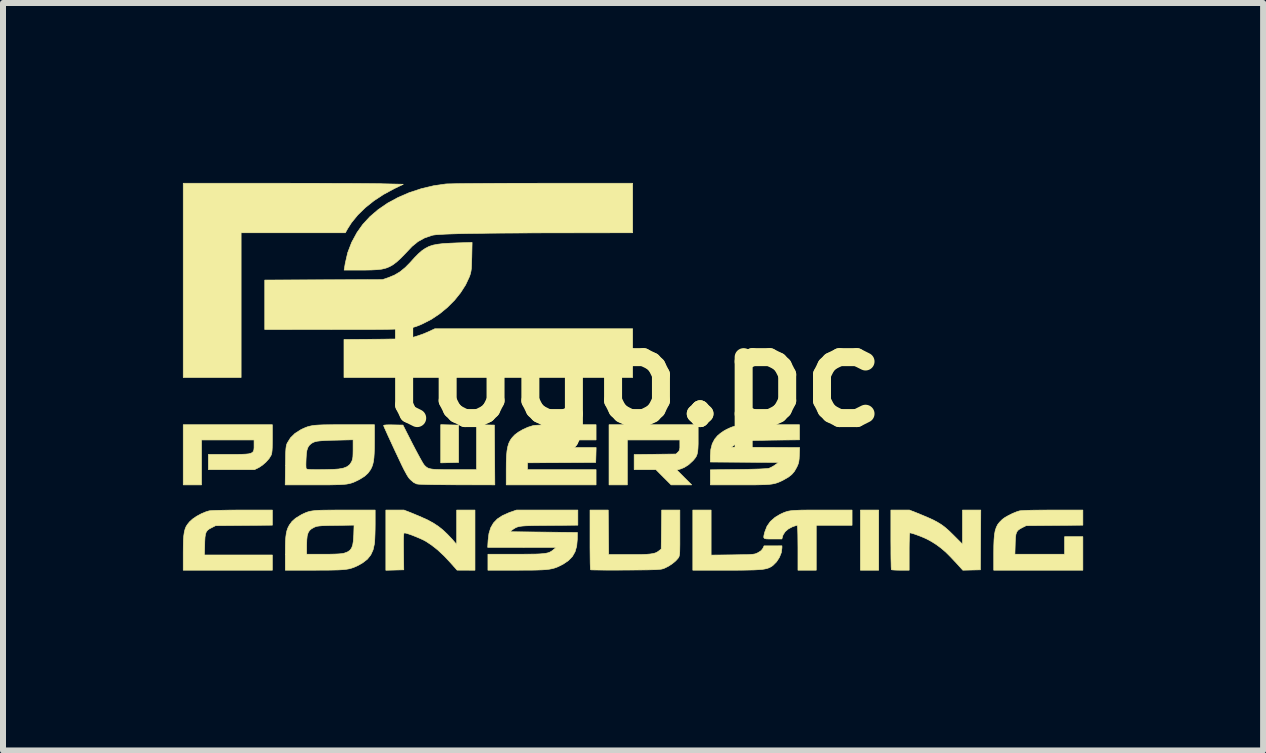
<source format=kicad_pcb>
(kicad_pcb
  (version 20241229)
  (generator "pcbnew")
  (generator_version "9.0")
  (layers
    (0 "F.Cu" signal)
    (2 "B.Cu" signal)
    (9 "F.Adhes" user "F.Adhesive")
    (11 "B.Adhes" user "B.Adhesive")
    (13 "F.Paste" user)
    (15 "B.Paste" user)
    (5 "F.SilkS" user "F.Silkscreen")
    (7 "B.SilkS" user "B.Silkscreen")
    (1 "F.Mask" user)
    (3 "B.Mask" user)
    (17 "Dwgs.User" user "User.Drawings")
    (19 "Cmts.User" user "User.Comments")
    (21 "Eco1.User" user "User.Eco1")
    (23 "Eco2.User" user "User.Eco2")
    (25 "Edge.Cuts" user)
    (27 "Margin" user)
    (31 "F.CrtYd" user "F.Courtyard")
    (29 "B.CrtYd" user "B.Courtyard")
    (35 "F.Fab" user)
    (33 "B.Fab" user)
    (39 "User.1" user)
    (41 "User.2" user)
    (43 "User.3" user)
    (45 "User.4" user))
  (footprint "logo.pc"
    (layer "F.Cu")
    (at 7.498 3.231)
    (property "Reference" "logo.pc" (at 0 0 0) (layer "F.SilkS") (effects (font (size 1.524 1.524) (thickness 0.3))))
    (attr through_hole)
    (fp_poly (pts (xy 4.102 3.226) (xy 3.797 3.226) (xy 3.797 2.223) (xy 4.102 2.223) (xy 4.102 3.226)) (stroke (width 0.01) (type solid)) (fill yes) (layer "F.SilkS"))
    (fp_poly (pts (xy -3.051 0.803) (xy -2.902 0.806) (xy -2.902 1.429) (xy -3.2 1.436) (xy -3.2 0.799) (xy -3.051 0.803)) (stroke (width 0.01) (type solid)) (fill yes) (layer "F.SilkS"))
    (fp_poly (pts (xy 0 0.013) (xy -4.813 0.013) (xy -4.813 -0.621) (xy -4.289 -0.625) (xy -4.16 -0.626) (xy -4.054 -0.628) (xy -3.967 -0.629) (xy -3.897 -0.63) (xy -3.841 -0.632) (xy -3.796 -0.635) (xy -3.76 -0.639) (xy -3.729 -0.643) (xy -3.701 -0.648) (xy -3.673 -0.655) (xy -3.642 -0.663) (xy -3.572 -0.685) (xy -3.495 -0.712) (xy -3.425 -0.741) (xy -3.409 -0.748) (xy -3.298 -0.8) (xy 0 -0.8) (xy 0 0.013)) (stroke (width 0.01) (type solid)) (fill yes) (layer "F.SilkS"))
    (fp_poly (pts (xy -6.01 -3.226) (xy -5.81 -3.226) (xy -5.612 -3.225) (xy -5.417 -3.225) (xy -5.229 -3.225) (xy -5.048 -3.224) (xy -4.878 -3.223) (xy -4.72 -3.223) (xy -4.576 -3.222) (xy -4.449 -3.221) (xy -4.34 -3.22) (xy -4.252 -3.219) (xy -4.187 -3.218) (xy -4.176 -3.217) (xy -3.824 -3.209) (xy -3.979 -3.134) (xy -4.153 -3.04) (xy -4.314 -2.934) (xy -4.458 -2.819) (xy -4.584 -2.696) (xy -4.689 -2.567) (xy -4.752 -2.468) (xy -4.79 -2.4) (xy -6.528 -2.4) (xy -6.528 0.013) (xy -7.493 0.013) (xy -7.493 -3.226) (xy -6.01 -3.226)) (stroke (width 0.01) (type solid)) (fill yes) (layer "F.SilkS"))
    (fp_poly (pts (xy 1.092 1.027) (xy 1.092 1.12) (xy 1.089 1.192) (xy 1.084 1.247) (xy 1.075 1.29) (xy 1.062 1.325) (xy 1.042 1.356) (xy 1.016 1.388) (xy 1.007 1.398) (xy 0.935 1.465) (xy 0.858 1.514) (xy 0.795 1.539) (xy 0.736 1.555) (xy 0.86 1.679) (xy 0.984 1.803) (xy 0.641 1.803) (xy 0.514 1.676) (xy 0.388 1.549) (xy 0.025 1.549) (xy 0.025 1.297) (xy 0.722 1.289) (xy 0.755 1.258) (xy 0.772 1.239) (xy 0.782 1.216) (xy 0.787 1.184) (xy 0.787 1.141) (xy 0.787 1.054) (xy -0.089 1.054) (xy -0.089 1.803) (xy -0.394 1.803) (xy -0.394 0.8) (xy 1.092 0.8) (xy 1.092 1.027)) (stroke (width 0.01) (type solid)) (fill yes) (layer "F.SilkS"))
    (fp_poly (pts (xy -6.007 1.032) (xy -6.008 1.118) (xy -6.009 1.182) (xy -6.012 1.23) (xy -6.016 1.265) (xy -6.022 1.292) (xy -6.03 1.314) (xy -6.031 1.314) (xy -6.063 1.366) (xy -6.112 1.421) (xy -6.17 1.472) (xy -6.229 1.512) (xy -6.24 1.517) (xy -6.304 1.549) (xy -7.074 1.549) (xy -7.074 1.295) (xy -6.737 1.295) (xy -6.622 1.295) (xy -6.53 1.294) (xy -6.458 1.291) (xy -6.404 1.286) (xy -6.365 1.276) (xy -6.339 1.262) (xy -6.323 1.243) (xy -6.315 1.216) (xy -6.312 1.183) (xy -6.312 1.14) (xy -6.312 1.054) (xy -7.188 1.054) (xy -7.188 1.803) (xy -7.493 1.803) (xy -7.493 0.8) (xy -6.007 0.8) (xy -6.007 1.032)) (stroke (width 0.01) (type solid)) (fill yes) (layer "F.SilkS"))
    (fp_poly (pts (xy -6.007 2.475) (xy -6.48 2.479) (xy -6.953 2.483) (xy -7.016 2.515) (xy -7.058 2.537) (xy -7.088 2.56) (xy -7.109 2.588) (xy -7.122 2.625) (xy -7.13 2.676) (xy -7.134 2.745) (xy -7.135 2.795) (xy -7.14 2.972) (xy -6.007 2.972) (xy -6.007 3.226) (xy -7.493 3.226) (xy -7.493 2.935) (xy -7.492 2.819) (xy -7.49 2.725) (xy -7.484 2.65) (xy -7.475 2.589) (xy -7.462 2.539) (xy -7.445 2.497) (xy -7.421 2.46) (xy -7.391 2.423) (xy -7.385 2.416) (xy -7.335 2.371) (xy -7.269 2.326) (xy -7.193 2.285) (xy -7.117 2.253) (xy -7.061 2.236) (xy -7.034 2.233) (xy -6.985 2.23) (xy -6.915 2.228) (xy -6.827 2.226) (xy -6.725 2.224) (xy -6.61 2.223) (xy -6.506 2.223) (xy -6.007 2.223) (xy -6.007 2.475)) (stroke (width 0.01) (type solid)) (fill yes) (layer "F.SilkS"))
    (fp_poly (pts (xy 1.308 2.974) (xy 1.667 2.97) (xy 1.772 2.968) (xy 1.855 2.967) (xy 1.919 2.966) (xy 1.967 2.963) (xy 2.003 2.96) (xy 2.03 2.956) (xy 2.051 2.951) (xy 2.069 2.943) (xy 2.088 2.934) (xy 2.089 2.934) (xy 2.143 2.899) (xy 2.172 2.861) (xy 2.191 2.82) (xy 2.34 2.82) (xy 2.489 2.819) (xy 2.489 2.855) (xy 2.478 2.934) (xy 2.446 3.013) (xy 2.399 3.086) (xy 2.34 3.145) (xy 2.317 3.162) (xy 2.292 3.176) (xy 2.266 3.188) (xy 2.236 3.198) (xy 2.199 3.206) (xy 2.154 3.213) (xy 2.098 3.217) (xy 2.029 3.221) (xy 1.943 3.223) (xy 1.84 3.225) (xy 1.716 3.226) (xy 1.57 3.226) (xy 1.552 3.226) (xy 1.003 3.226) (xy 1.003 2.223) (xy 1.308 2.223) (xy 1.308 2.974)) (stroke (width 0.01) (type solid)) (fill yes) (layer "F.SilkS"))
    (fp_poly (pts (xy -3.643 2.29) (xy -3.516 2.344) (xy -3.409 2.393) (xy -3.317 2.444) (xy -3.237 2.497) (xy -3.162 2.557) (xy -3.089 2.626) (xy -3.012 2.707) (xy -2.993 2.729) (xy -2.934 2.797) (xy -2.934 2.223) (xy -2.629 2.223) (xy -2.629 3.226) (xy -2.927 3.225) (xy -3.039 3.099) (xy -3.144 2.987) (xy -3.251 2.887) (xy -3.357 2.804) (xy -3.448 2.744) (xy -3.493 2.72) (xy -3.55 2.694) (xy -3.612 2.668) (xy -3.674 2.643) (xy -3.731 2.623) (xy -3.776 2.609) (xy -3.804 2.604) (xy -3.804 2.603) (xy -3.81 2.607) (xy -3.815 2.617) (xy -3.818 2.639) (xy -3.82 2.674) (xy -3.821 2.726) (xy -3.821 2.797) (xy -3.82 2.889) (xy -3.82 2.911) (xy -3.816 3.219) (xy -4.115 3.227) (xy -4.115 2.223) (xy -3.812 2.223) (xy -3.643 2.29)) (stroke (width 0.01) (type solid)) (fill yes) (layer "F.SilkS"))
    (fp_poly (pts (xy 7.506 2.475) (xy 7.033 2.479) (xy 6.56 2.483) (xy 6.497 2.515) (xy 6.455 2.538) (xy 6.424 2.561) (xy 6.403 2.59) (xy 6.39 2.628) (xy 6.383 2.68) (xy 6.379 2.751) (xy 6.378 2.789) (xy 6.373 2.959) (xy 7.201 2.959) (xy 7.201 2.667) (xy 7.506 2.667) (xy 7.506 3.226) (xy 6.02 3.226) (xy 6.02 2.943) (xy 6.021 2.819) (xy 6.025 2.718) (xy 6.032 2.635) (xy 6.044 2.568) (xy 6.062 2.513) (xy 6.085 2.466) (xy 6.116 2.426) (xy 6.155 2.387) (xy 6.164 2.378) (xy 6.208 2.346) (xy 6.268 2.312) (xy 6.335 2.279) (xy 6.401 2.252) (xy 6.452 2.236) (xy 6.479 2.233) (xy 6.529 2.23) (xy 6.601 2.227) (xy 6.69 2.225) (xy 6.795 2.224) (xy 6.913 2.223) (xy 7.007 2.223) (xy 7.506 2.223) (xy 7.506 2.475)) (stroke (width 0.01) (type solid)) (fill yes) (layer "F.SilkS"))
    (fp_poly (pts (xy 3.658 2.477) (xy 3.061 2.477) (xy 3.061 3.226) (xy 2.756 3.226) (xy 2.756 2.851) (xy 2.755 2.735) (xy 2.754 2.638) (xy 2.752 2.564) (xy 2.749 2.511) (xy 2.746 2.482) (xy 2.743 2.477) (xy 2.725 2.481) (xy 2.692 2.492) (xy 2.665 2.501) (xy 2.597 2.537) (xy 2.543 2.583) (xy 2.508 2.637) (xy 2.501 2.657) (xy 2.488 2.705) (xy 2.336 2.705) (xy 2.269 2.705) (xy 2.224 2.703) (xy 2.197 2.696) (xy 2.186 2.681) (xy 2.187 2.655) (xy 2.196 2.615) (xy 2.204 2.586) (xy 2.24 2.493) (xy 2.296 2.413) (xy 2.375 2.344) (xy 2.457 2.295) (xy 2.493 2.278) (xy 2.526 2.263) (xy 2.558 2.252) (xy 2.593 2.242) (xy 2.633 2.235) (xy 2.681 2.23) (xy 2.741 2.227) (xy 2.814 2.224) (xy 2.904 2.223) (xy 3.014 2.223) (xy 3.146 2.223) (xy 3.658 2.223) (xy 3.658 2.477)) (stroke (width 0.01) (type solid)) (fill yes) (layer "F.SilkS"))
    (fp_poly (pts (xy 5.798 3.219) (xy 5.505 3.226) (xy 5.399 3.109) (xy 5.304 3.008) (xy 5.22 2.924) (xy 5.14 2.856) (xy 5.062 2.798) (xy 4.981 2.747) (xy 4.909 2.708) (xy 4.857 2.684) (xy 4.799 2.66) (xy 4.74 2.638) (xy 4.686 2.619) (xy 4.644 2.607) (xy 4.621 2.603) (xy 4.618 2.616) (xy 4.615 2.65) (xy 4.613 2.703) (xy 4.611 2.772) (xy 4.61 2.854) (xy 4.61 2.915) (xy 4.61 3.226) (xy 4.466 3.226) (xy 4.408 3.225) (xy 4.36 3.223) (xy 4.326 3.22) (xy 4.314 3.217) (xy 4.312 3.203) (xy 4.31 3.166) (xy 4.309 3.11) (xy 4.307 3.036) (xy 4.306 2.948) (xy 4.306 2.849) (xy 4.305 2.741) (xy 4.305 2.716) (xy 4.305 2.223) (xy 4.616 2.223) (xy 4.816 2.303) (xy 4.923 2.348) (xy 5.011 2.388) (xy 5.084 2.427) (xy 5.149 2.467) (xy 5.21 2.513) (xy 5.272 2.567) (xy 5.34 2.633) (xy 5.35 2.643) (xy 5.499 2.792) (xy 5.499 2.223) (xy 5.804 2.223) (xy 5.798 3.219)) (stroke (width 0.01) (type solid)) (fill yes) (layer "F.SilkS"))
    (fp_poly (pts (xy -2.682 -1.999) (xy -2.685 -1.914) (xy -2.687 -1.849) (xy -2.69 -1.8) (xy -2.695 -1.762) (xy -2.702 -1.729) (xy -2.711 -1.698) (xy -2.723 -1.665) (xy -2.785 -1.532) (xy -2.869 -1.401) (xy -2.971 -1.274) (xy -3.089 -1.156) (xy -3.219 -1.049) (xy -3.357 -0.957) (xy -3.501 -0.883) (xy -3.506 -0.881) (xy -3.541 -0.865) (xy -3.574 -0.852) (xy -3.605 -0.84) (xy -3.636 -0.83) (xy -3.67 -0.821) (xy -3.707 -0.814) (xy -3.75 -0.807) (xy -3.801 -0.802) (xy -3.861 -0.798) (xy -3.931 -0.795) (xy -4.014 -0.792) (xy -4.111 -0.79) (xy -4.224 -0.789) (xy -4.354 -0.788) (xy -4.504 -0.788) (xy -4.675 -0.788) (xy -4.868 -0.788) (xy -4.988 -0.788) (xy -6.134 -0.787) (xy -6.134 -1.612) (xy -5.153 -1.616) (xy -4.172 -1.619) (xy -4.068 -1.654) (xy -3.968 -1.696) (xy -3.878 -1.75) (xy -3.791 -1.821) (xy -3.711 -1.902) (xy -3.638 -1.983) (xy -3.573 -2.049) (xy -3.514 -2.101) (xy -3.455 -2.141) (xy -3.395 -2.172) (xy -3.328 -2.194) (xy -3.25 -2.209) (xy -3.158 -2.22) (xy -3.048 -2.226) (xy -2.936 -2.231) (xy -2.677 -2.239) (xy -2.682 -1.999)) (stroke (width 0.01) (type solid)) (fill yes) (layer "F.SilkS"))
    (fp_poly (pts (xy -2.454 0.803) (xy -2.305 0.806) (xy -2.298 1.803) (xy -2.924 1.802) (xy -3.077 1.801) (xy -3.213 1.8) (xy -3.331 1.799) (xy -3.429 1.797) (xy -3.507 1.794) (xy -3.563 1.792) (xy -3.595 1.788) (xy -3.6 1.788) (xy -3.651 1.763) (xy -3.706 1.716) (xy -3.708 1.713) (xy -3.726 1.694) (xy -3.744 1.669) (xy -3.764 1.637) (xy -3.787 1.595) (xy -3.816 1.541) (xy -3.85 1.472) (xy -3.891 1.385) (xy -3.941 1.279) (xy -3.96 1.239) (xy -4.004 1.144) (xy -4.045 1.055) (xy -4.081 0.977) (xy -4.111 0.91) (xy -4.134 0.859) (xy -4.148 0.826) (xy -4.153 0.813) (xy -4.14 0.807) (xy -4.103 0.803) (xy -4.04 0.802) (xy -3.991 0.803) (xy -3.83 0.806) (xy -3.67 1.121) (xy -3.626 1.205) (xy -3.584 1.284) (xy -3.546 1.354) (xy -3.514 1.411) (xy -3.489 1.453) (xy -3.473 1.475) (xy -3.473 1.475) (xy -3.453 1.495) (xy -3.433 1.511) (xy -3.411 1.524) (xy -3.383 1.533) (xy -3.347 1.54) (xy -3.299 1.545) (xy -3.237 1.547) (xy -3.157 1.549) (xy -3.057 1.549) (xy -2.979 1.549) (xy -2.603 1.549) (xy -2.603 0.799) (xy -2.454 0.803)) (stroke (width 0.01) (type solid)) (fill yes) (layer "F.SilkS"))
    (fp_poly (pts (xy -0.61 1.054) (xy -1.013 1.054) (xy -1.117 1.055) (xy -1.219 1.056) (xy -1.313 1.057) (xy -1.396 1.06) (xy -1.463 1.062) (xy -1.51 1.065) (xy -1.522 1.066) (xy -1.593 1.079) (xy -1.655 1.097) (xy -1.702 1.12) (xy -1.731 1.145) (xy -1.738 1.159) (xy -1.737 1.164) (xy -1.733 1.169) (xy -1.722 1.172) (xy -1.703 1.175) (xy -1.673 1.177) (xy -1.63 1.179) (xy -1.572 1.18) (xy -1.498 1.181) (xy -1.404 1.181) (xy -1.288 1.181) (xy -1.175 1.181) (xy -0.609 1.181) (xy -0.612 1.305) (xy -0.616 1.429) (xy -1.184 1.432) (xy -1.753 1.435) (xy -1.753 1.549) (xy -0.61 1.549) (xy -0.61 1.803) (xy -2.108 1.803) (xy -2.108 1.553) (xy -2.107 1.426) (xy -2.103 1.321) (xy -2.095 1.235) (xy -2.082 1.165) (xy -2.064 1.107) (xy -2.039 1.057) (xy -2.008 1.014) (xy -1.969 0.973) (xy -1.962 0.966) (xy -1.903 0.922) (xy -1.828 0.879) (xy -1.746 0.842) (xy -1.667 0.817) (xy -1.654 0.814) (xy -1.62 0.81) (xy -1.563 0.807) (xy -1.483 0.804) (xy -1.382 0.802) (xy -1.261 0.801) (xy -1.122 0.8) (xy -1.098 0.8) (xy -0.61 0.8) (xy -0.61 1.054)) (stroke (width 0.01) (type solid)) (fill yes) (layer "F.SilkS"))
    (fp_poly (pts (xy 0 -2.4) (xy -1.089 -2.399) (xy -1.398 -2.399) (xy -1.682 -2.398) (xy -1.942 -2.396) (xy -2.179 -2.395) (xy -2.392 -2.393) (xy -2.582 -2.39) (xy -2.75 -2.388) (xy -2.896 -2.385) (xy -3.021 -2.381) (xy -3.126 -2.377) (xy -3.211 -2.372) (xy -3.276 -2.368) (xy -3.322 -2.362) (xy -3.346 -2.357) (xy -3.472 -2.313) (xy -3.58 -2.253) (xy -3.676 -2.175) (xy -3.702 -2.148) (xy -3.79 -2.055) (xy -3.865 -1.978) (xy -3.93 -1.918) (xy -3.991 -1.871) (xy -4.051 -1.836) (xy -4.113 -1.811) (xy -4.182 -1.794) (xy -4.262 -1.785) (xy -4.356 -1.78) (xy -4.469 -1.778) (xy -4.529 -1.778) (xy -4.81 -1.778) (xy -4.792 -1.889) (xy -4.751 -2.068) (xy -4.685 -2.24) (xy -4.596 -2.404) (xy -4.5 -2.539) (xy -4.381 -2.668) (xy -4.242 -2.787) (xy -4.084 -2.895) (xy -3.91 -2.989) (xy -3.723 -3.07) (xy -3.525 -3.135) (xy -3.319 -3.184) (xy -3.122 -3.213) (xy -3.092 -3.215) (xy -3.037 -3.216) (xy -2.959 -3.218) (xy -2.86 -3.22) (xy -2.741 -3.221) (xy -2.602 -3.222) (xy -2.445 -3.223) (xy -2.272 -3.224) (xy -2.084 -3.225) (xy -1.882 -3.225) (xy -1.667 -3.225) (xy -1.502 -3.226) (xy 0 -3.226) (xy 0 -2.4)) (stroke (width 0.01) (type solid)) (fill yes) (layer "F.SilkS"))
    (fp_poly (pts (xy -0.4 2.965) (xy -0.057 2.965) (xy 0.06 2.965) (xy 0.154 2.964) (xy 0.23 2.961) (xy 0.289 2.956) (xy 0.335 2.949) (xy 0.372 2.94) (xy 0.401 2.928) (xy 0.426 2.912) (xy 0.439 2.902) (xy 0.476 2.873) (xy 0.48 2.548) (xy 0.484 2.223) (xy 0.787 2.223) (xy 0.787 2.602) (xy 0.787 2.71) (xy 0.787 2.795) (xy 0.786 2.862) (xy 0.785 2.912) (xy 0.783 2.948) (xy 0.779 2.974) (xy 0.775 2.993) (xy 0.769 3.007) (xy 0.761 3.019) (xy 0.759 3.024) (xy 0.718 3.07) (xy 0.66 3.118) (xy 0.594 3.161) (xy 0.533 3.191) (xy 0.516 3.198) (xy 0.499 3.203) (xy 0.479 3.208) (xy 0.455 3.211) (xy 0.423 3.214) (xy 0.382 3.217) (xy 0.328 3.218) (xy 0.259 3.22) (xy 0.174 3.221) (xy 0.068 3.222) (xy -0.059 3.223) (xy -0.115 3.223) (xy -0.234 3.224) (xy -0.345 3.224) (xy -0.445 3.224) (xy -0.533 3.223) (xy -0.605 3.222) (xy -0.659 3.221) (xy -0.692 3.22) (xy -0.702 3.218) (xy -0.704 3.204) (xy -0.706 3.167) (xy -0.708 3.11) (xy -0.709 3.036) (xy -0.71 2.948) (xy -0.711 2.849) (xy -0.711 2.741) (xy -0.711 2.716) (xy -0.711 2.223) (xy -0.407 2.223) (xy -0.4 2.965)) (stroke (width 0.01) (type solid)) (fill yes) (layer "F.SilkS"))
    (fp_poly (pts (xy -0.914 2.475) (xy -1.394 2.479) (xy -1.522 2.48) (xy -1.627 2.481) (xy -1.712 2.483) (xy -1.78 2.485) (xy -1.834 2.489) (xy -1.876 2.494) (xy -1.909 2.501) (xy -1.936 2.51) (xy -1.96 2.522) (xy -1.983 2.536) (xy -2.008 2.554) (xy -2.011 2.556) (xy -2.051 2.584) (xy -0.921 2.597) (xy -0.923 2.712) (xy -0.933 2.823) (xy -0.96 2.918) (xy -1.005 2.997) (xy -1.071 3.065) (xy -1.158 3.124) (xy -1.181 3.136) (xy -1.223 3.157) (xy -1.262 3.175) (xy -1.301 3.189) (xy -1.342 3.2) (xy -1.389 3.209) (xy -1.445 3.216) (xy -1.512 3.22) (xy -1.593 3.223) (xy -1.691 3.225) (xy -1.809 3.225) (xy -1.934 3.226) (xy -2.413 3.226) (xy -2.413 2.959) (xy -1.952 2.959) (xy -1.819 2.959) (xy -1.709 2.958) (xy -1.619 2.957) (xy -1.547 2.954) (xy -1.489 2.949) (xy -1.444 2.943) (xy -1.408 2.935) (xy -1.38 2.924) (xy -1.355 2.91) (xy -1.333 2.894) (xy -1.321 2.884) (xy -1.276 2.846) (xy -2.417 2.845) (xy -2.41 2.727) (xy -2.396 2.614) (xy -2.367 2.519) (xy -2.321 2.439) (xy -2.257 2.372) (xy -2.172 2.316) (xy -2.065 2.268) (xy -2.038 2.258) (xy -1.937 2.223) (xy -1.426 2.223) (xy -0.914 2.223) (xy -0.914 2.475)) (stroke (width 0.01) (type solid)) (fill yes) (layer "F.SilkS"))
    (fp_poly (pts (xy 2.781 1.052) (xy 2.315 1.057) (xy 2.173 1.06) (xy 2.052 1.062) (xy 1.954 1.065) (xy 1.879 1.069) (xy 1.828 1.073) (xy 1.802 1.078) (xy 1.764 1.094) (xy 1.721 1.12) (xy 1.7 1.134) (xy 1.645 1.175) (xy 2.214 1.178) (xy 2.784 1.181) (xy 2.779 1.306) (xy 2.776 1.369) (xy 2.77 1.415) (xy 2.76 1.454) (xy 2.743 1.494) (xy 2.733 1.514) (xy 2.696 1.579) (xy 2.652 1.63) (xy 2.596 1.674) (xy 2.521 1.717) (xy 2.514 1.721) (xy 2.474 1.741) (xy 2.438 1.757) (xy 2.403 1.77) (xy 2.366 1.781) (xy 2.323 1.789) (xy 2.274 1.795) (xy 2.213 1.799) (xy 2.139 1.801) (xy 2.049 1.803) (xy 1.939 1.803) (xy 1.807 1.803) (xy 1.788 1.803) (xy 1.295 1.803) (xy 1.295 1.552) (xy 1.762 1.546) (xy 1.904 1.544) (xy 2.024 1.541) (xy 2.122 1.538) (xy 2.198 1.534) (xy 2.249 1.53) (xy 2.275 1.526) (xy 2.312 1.509) (xy 2.356 1.484) (xy 2.376 1.47) (xy 2.432 1.429) (xy 1.295 1.422) (xy 1.295 1.322) (xy 1.303 1.211) (xy 1.327 1.118) (xy 1.368 1.04) (xy 1.414 0.985) (xy 1.462 0.944) (xy 1.52 0.904) (xy 1.563 0.88) (xy 1.603 0.861) (xy 1.639 0.845) (xy 1.675 0.832) (xy 1.713 0.822) (xy 1.756 0.814) (xy 1.807 0.809) (xy 1.869 0.805) (xy 1.944 0.802) (xy 2.037 0.801) (xy 2.148 0.8) (xy 2.283 0.8) (xy 2.781 0.8) (xy 2.781 1.052)) (stroke (width 0.01) (type solid)) (fill yes) (layer "F.SilkS"))
    (fp_poly (pts (xy -4.293 2.461) (xy -4.294 2.543) (xy -4.296 2.624) (xy -4.299 2.696) (xy -4.302 2.755) (xy -4.306 2.788) (xy -4.328 2.887) (xy -4.366 2.97) (xy -4.422 3.041) (xy -4.499 3.101) (xy -4.573 3.144) (xy -4.613 3.163) (xy -4.651 3.179) (xy -4.689 3.192) (xy -4.73 3.203) (xy -4.778 3.211) (xy -4.835 3.217) (xy -4.903 3.221) (xy -4.987 3.223) (xy -5.088 3.225) (xy -5.209 3.225) (xy -5.312 3.226) (xy -5.791 3.226) (xy -5.791 2.95) (xy -5.79 2.837) (xy -5.79 2.815) (xy -5.436 2.815) (xy -5.436 2.959) (xy -5.152 2.959) (xy -5.048 2.959) (xy -4.966 2.957) (xy -4.902 2.954) (xy -4.855 2.95) (xy -4.819 2.944) (xy -4.805 2.94) (xy -4.754 2.921) (xy -4.715 2.895) (xy -4.687 2.858) (xy -4.668 2.808) (xy -4.657 2.74) (xy -4.651 2.651) (xy -4.65 2.637) (xy -4.645 2.474) (xy -4.948 2.479) (xy -5.045 2.48) (xy -5.121 2.482) (xy -5.178 2.484) (xy -5.221 2.488) (xy -5.252 2.492) (xy -5.277 2.497) (xy -5.297 2.505) (xy -5.309 2.51) (xy -5.354 2.535) (xy -5.388 2.564) (xy -5.411 2.602) (xy -5.426 2.652) (xy -5.433 2.719) (xy -5.436 2.807) (xy -5.436 2.815) (xy -5.79 2.815) (xy -5.788 2.746) (xy -5.783 2.673) (xy -5.775 2.613) (xy -5.764 2.565) (xy -5.749 2.522) (xy -5.729 2.483) (xy -5.723 2.472) (xy -5.679 2.412) (xy -5.619 2.359) (xy -5.539 2.31) (xy -5.52 2.299) (xy -5.483 2.281) (xy -5.449 2.266) (xy -5.416 2.254) (xy -5.38 2.244) (xy -5.339 2.237) (xy -5.29 2.231) (xy -5.23 2.227) (xy -5.156 2.225) (xy -5.066 2.224) (xy -4.957 2.223) (xy -4.825 2.223) (xy -4.797 2.223) (xy -4.293 2.223) (xy -4.293 2.461)) (stroke (width 0.01) (type solid)) (fill yes) (layer "F.SilkS"))
    (fp_poly (pts (xy -4.305 1.076) (xy -4.306 1.189) (xy -4.309 1.28) (xy -4.314 1.353) (xy -4.322 1.413) (xy -4.333 1.461) (xy -4.348 1.504) (xy -4.367 1.543) (xy -4.373 1.553) (xy -4.415 1.61) (xy -4.472 1.661) (xy -4.549 1.709) (xy -4.581 1.726) (xy -4.619 1.744) (xy -4.654 1.76) (xy -4.689 1.772) (xy -4.726 1.782) (xy -4.768 1.79) (xy -4.819 1.795) (xy -4.881 1.799) (xy -4.956 1.801) (xy -5.049 1.803) (xy -5.161 1.803) (xy -5.296 1.803) (xy -5.299 1.803) (xy -5.793 1.803) (xy -5.789 1.483) (xy -5.789 1.477) (xy -5.448 1.477) (xy -5.446 1.514) (xy -5.444 1.529) (xy -5.438 1.537) (xy -5.425 1.542) (xy -5.4 1.546) (xy -5.361 1.548) (xy -5.305 1.549) (xy -5.227 1.549) (xy -5.211 1.549) (xy -5.13 1.548) (xy -5.052 1.546) (xy -4.981 1.544) (xy -4.926 1.54) (xy -4.9 1.538) (xy -4.82 1.523) (xy -4.762 1.5) (xy -4.719 1.467) (xy -4.689 1.423) (xy -4.677 1.396) (xy -4.669 1.367) (xy -4.664 1.333) (xy -4.662 1.285) (xy -4.661 1.22) (xy -4.661 1.209) (xy -4.661 1.051) (xy -4.95 1.058) (xy -5.057 1.06) (xy -5.142 1.064) (xy -5.208 1.069) (xy -5.259 1.075) (xy -5.298 1.084) (xy -5.328 1.096) (xy -5.354 1.111) (xy -5.365 1.119) (xy -5.395 1.148) (xy -5.416 1.182) (xy -5.431 1.227) (xy -5.44 1.287) (xy -5.445 1.367) (xy -5.447 1.426) (xy -5.448 1.477) (xy -5.789 1.477) (xy -5.787 1.383) (xy -5.786 1.305) (xy -5.784 1.246) (xy -5.781 1.201) (xy -5.777 1.168) (xy -5.772 1.143) (xy -5.766 1.122) (xy -5.757 1.103) (xy -5.705 1.019) (xy -5.631 0.946) (xy -5.537 0.886) (xy -5.534 0.884) (xy -5.493 0.864) (xy -5.456 0.848) (xy -5.419 0.834) (xy -5.381 0.824) (xy -5.338 0.815) (xy -5.287 0.809) (xy -5.226 0.805) (xy -5.151 0.802) (xy -5.06 0.801) (xy -4.949 0.8) (xy -4.817 0.8) (xy -4.798 0.8) (xy -4.305 0.8) (xy -4.305 1.076)) (stroke (width 0.01) (type solid)) (fill yes) (layer "F.SilkS")))
  (gr_rect
    (start -3 -3)
    (end 18.009 9.462)
    (stroke (width 0.1) (type default))
    (fill no)
    (layer "Edge.Cuts")))
</source>
